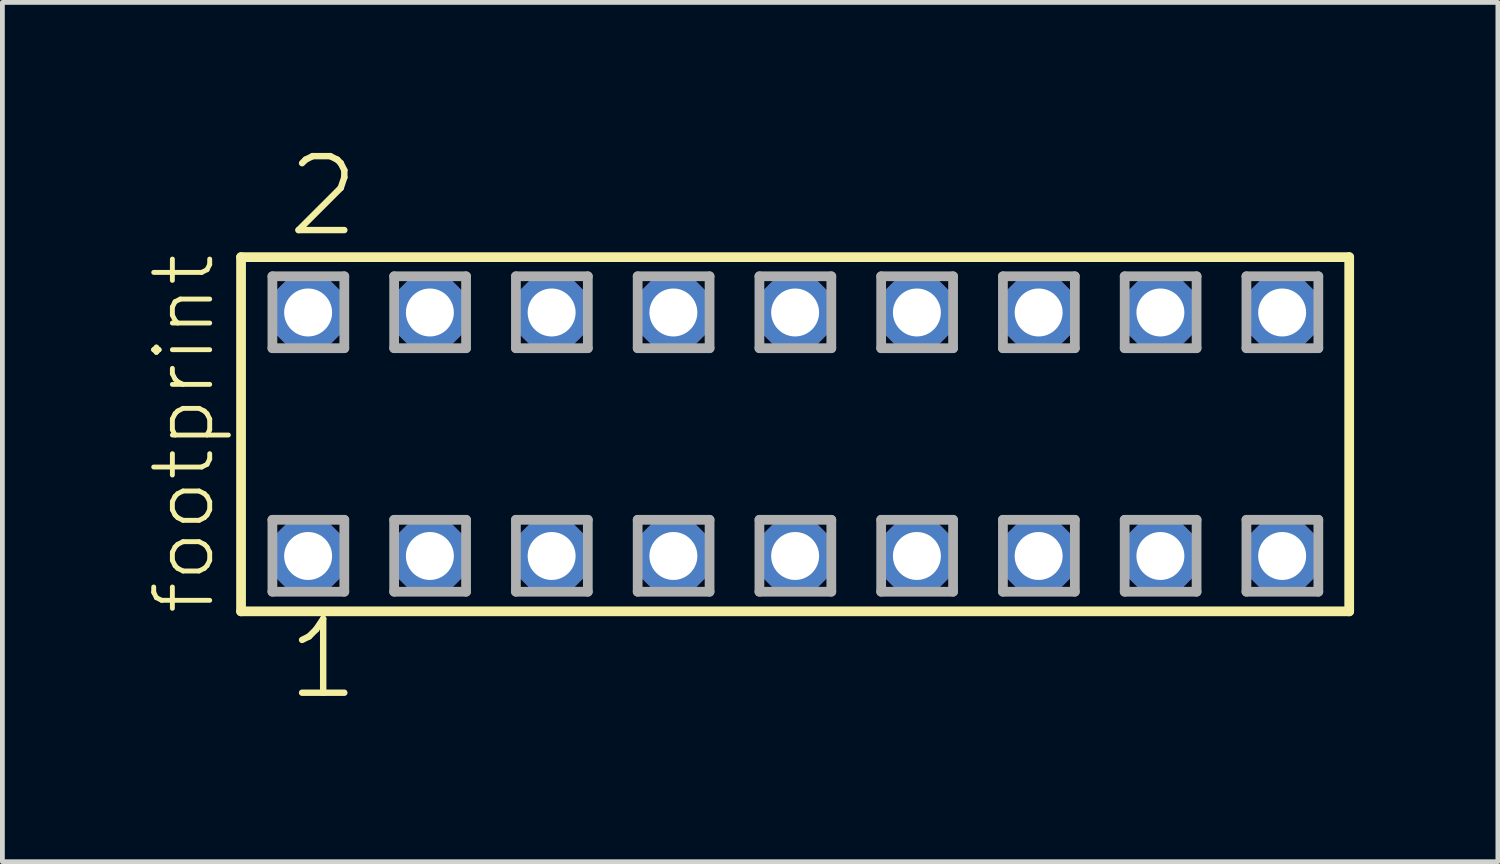
<source format=kicad_pcb>
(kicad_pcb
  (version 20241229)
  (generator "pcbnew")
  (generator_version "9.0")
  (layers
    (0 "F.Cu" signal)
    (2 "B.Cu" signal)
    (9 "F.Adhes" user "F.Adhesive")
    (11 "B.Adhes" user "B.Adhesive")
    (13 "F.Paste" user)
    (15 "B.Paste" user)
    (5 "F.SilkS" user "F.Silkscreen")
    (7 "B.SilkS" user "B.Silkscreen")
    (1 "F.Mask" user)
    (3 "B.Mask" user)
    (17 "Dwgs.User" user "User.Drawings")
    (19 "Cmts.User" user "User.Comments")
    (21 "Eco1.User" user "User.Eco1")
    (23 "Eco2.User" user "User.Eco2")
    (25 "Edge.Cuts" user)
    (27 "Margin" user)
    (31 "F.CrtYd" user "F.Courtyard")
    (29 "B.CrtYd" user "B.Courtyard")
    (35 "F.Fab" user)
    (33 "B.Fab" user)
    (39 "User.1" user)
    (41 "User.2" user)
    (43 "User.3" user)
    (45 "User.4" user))
  (footprint "footprint"
    (layer "F.Cu")
    (at 13.538 6.009)
    (property "Reference" "footprint" (at -12.065 3.81 90) (layer "F.SilkS") (effects (font (size 1.168 1.168) (thickness 0.102)) (justify left bottom)))
    (fp_line (start -11.559 -3.695) (end 11.559 -3.695) (stroke (width 0.203) (type solid)) (layer "F.SilkS"))
    (fp_line (start -11.559 3.695) (end -11.559 -3.695) (stroke (width 0.203) (type solid)) (layer "F.SilkS"))
    (fp_line (start 11.559 -3.695) (end 11.559 3.695) (stroke (width 0.203) (type solid)) (layer "F.SilkS"))
    (fp_line (start 11.559 3.695) (end -11.559 3.695) (stroke (width 0.203) (type solid)) (layer "F.SilkS"))
    (fp_line (start -10.905 -3.295) (end -9.405 -3.295) (stroke (width 0.203) (type solid)) (layer "F.Fab"))
    (fp_line (start -10.905 -1.795) (end -10.905 -3.295) (stroke (width 0.203) (type solid)) (layer "F.Fab"))
    (fp_line (start -10.905 1.785) (end -9.405 1.785) (stroke (width 0.203) (type solid)) (layer "F.Fab"))
    (fp_line (start -10.905 3.285) (end -10.905 1.785) (stroke (width 0.203) (type solid)) (layer "F.Fab"))
    (fp_line (start -9.405 -3.295) (end -9.405 -1.795) (stroke (width 0.203) (type solid)) (layer "F.Fab"))
    (fp_line (start -9.405 -1.795) (end -10.905 -1.795) (stroke (width 0.203) (type solid)) (layer "F.Fab"))
    (fp_line (start -9.405 1.785) (end -9.405 3.285) (stroke (width 0.203) (type solid)) (layer "F.Fab"))
    (fp_line (start -9.405 3.285) (end -10.905 3.285) (stroke (width 0.203) (type solid)) (layer "F.Fab"))
    (fp_line (start -8.365 -3.295) (end -6.865 -3.295) (stroke (width 0.203) (type solid)) (layer "F.Fab"))
    (fp_line (start -8.365 -1.795) (end -8.365 -3.295) (stroke (width 0.203) (type solid)) (layer "F.Fab"))
    (fp_line (start -8.365 1.785) (end -6.865 1.785) (stroke (width 0.203) (type solid)) (layer "F.Fab"))
    (fp_line (start -8.365 3.285) (end -8.365 1.785) (stroke (width 0.203) (type solid)) (layer "F.Fab"))
    (fp_line (start -6.865 -3.295) (end -6.865 -1.795) (stroke (width 0.203) (type solid)) (layer "F.Fab"))
    (fp_line (start -6.865 -1.795) (end -8.365 -1.795) (stroke (width 0.203) (type solid)) (layer "F.Fab"))
    (fp_line (start -6.865 1.785) (end -6.865 3.285) (stroke (width 0.203) (type solid)) (layer "F.Fab"))
    (fp_line (start -6.865 3.285) (end -8.365 3.285) (stroke (width 0.203) (type solid)) (layer "F.Fab"))
    (fp_line (start -5.825 -3.295) (end -4.325 -3.295) (stroke (width 0.203) (type solid)) (layer "F.Fab"))
    (fp_line (start -5.825 -1.795) (end -5.825 -3.295) (stroke (width 0.203) (type solid)) (layer "F.Fab"))
    (fp_line (start -5.825 1.785) (end -4.325 1.785) (stroke (width 0.203) (type solid)) (layer "F.Fab"))
    (fp_line (start -5.825 3.285) (end -5.825 1.785) (stroke (width 0.203) (type solid)) (layer "F.Fab"))
    (fp_line (start -4.325 -3.295) (end -4.325 -1.795) (stroke (width 0.203) (type solid)) (layer "F.Fab"))
    (fp_line (start -4.325 -1.795) (end -5.825 -1.795) (stroke (width 0.203) (type solid)) (layer "F.Fab"))
    (fp_line (start -4.325 1.785) (end -4.325 3.285) (stroke (width 0.203) (type solid)) (layer "F.Fab"))
    (fp_line (start -4.325 3.285) (end -5.825 3.285) (stroke (width 0.203) (type solid)) (layer "F.Fab"))
    (fp_line (start -3.285 -3.295) (end -1.785 -3.295) (stroke (width 0.203) (type solid)) (layer "F.Fab"))
    (fp_line (start -3.285 -1.795) (end -3.285 -3.295) (stroke (width 0.203) (type solid)) (layer "F.Fab"))
    (fp_line (start -3.285 1.785) (end -1.785 1.785) (stroke (width 0.203) (type solid)) (layer "F.Fab"))
    (fp_line (start -3.285 3.285) (end -3.285 1.785) (stroke (width 0.203) (type solid)) (layer "F.Fab"))
    (fp_line (start -1.785 -3.295) (end -1.785 -1.795) (stroke (width 0.203) (type solid)) (layer "F.Fab"))
    (fp_line (start -1.785 -1.795) (end -3.285 -1.795) (stroke (width 0.203) (type solid)) (layer "F.Fab"))
    (fp_line (start -1.785 1.785) (end -1.785 3.285) (stroke (width 0.203) (type solid)) (layer "F.Fab"))
    (fp_line (start -1.785 3.285) (end -3.285 3.285) (stroke (width 0.203) (type solid)) (layer "F.Fab"))
    (fp_line (start -0.745 -3.295) (end 0.755 -3.295) (stroke (width 0.203) (type solid)) (layer "F.Fab"))
    (fp_line (start -0.745 -1.795) (end -0.745 -3.295) (stroke (width 0.203) (type solid)) (layer "F.Fab"))
    (fp_line (start -0.745 1.785) (end 0.755 1.785) (stroke (width 0.203) (type solid)) (layer "F.Fab"))
    (fp_line (start -0.745 3.285) (end -0.745 1.785) (stroke (width 0.203) (type solid)) (layer "F.Fab"))
    (fp_line (start 0.755 -3.295) (end 0.755 -1.795) (stroke (width 0.203) (type solid)) (layer "F.Fab"))
    (fp_line (start 0.755 -1.795) (end -0.745 -1.795) (stroke (width 0.203) (type solid)) (layer "F.Fab"))
    (fp_line (start 0.755 1.785) (end 0.755 3.285) (stroke (width 0.203) (type solid)) (layer "F.Fab"))
    (fp_line (start 0.755 3.285) (end -0.745 3.285) (stroke (width 0.203) (type solid)) (layer "F.Fab"))
    (fp_line (start 1.795 -3.295) (end 3.295 -3.295) (stroke (width 0.203) (type solid)) (layer "F.Fab"))
    (fp_line (start 1.795 -1.795) (end 1.795 -3.295) (stroke (width 0.203) (type solid)) (layer "F.Fab"))
    (fp_line (start 1.795 1.785) (end 3.295 1.785) (stroke (width 0.203) (type solid)) (layer "F.Fab"))
    (fp_line (start 1.795 3.285) (end 1.795 1.785) (stroke (width 0.203) (type solid)) (layer "F.Fab"))
    (fp_line (start 3.295 -3.295) (end 3.295 -1.795) (stroke (width 0.203) (type solid)) (layer "F.Fab"))
    (fp_line (start 3.295 -1.795) (end 1.795 -1.795) (stroke (width 0.203) (type solid)) (layer "F.Fab"))
    (fp_line (start 3.295 1.785) (end 3.295 3.285) (stroke (width 0.203) (type solid)) (layer "F.Fab"))
    (fp_line (start 3.295 3.285) (end 1.795 3.285) (stroke (width 0.203) (type solid)) (layer "F.Fab"))
    (fp_line (start 4.335 -3.295) (end 5.835 -3.295) (stroke (width 0.203) (type solid)) (layer "F.Fab"))
    (fp_line (start 4.335 -1.795) (end 4.335 -3.295) (stroke (width 0.203) (type solid)) (layer "F.Fab"))
    (fp_line (start 4.335 1.785) (end 5.835 1.785) (stroke (width 0.203) (type solid)) (layer "F.Fab"))
    (fp_line (start 4.335 3.285) (end 4.335 1.785) (stroke (width 0.203) (type solid)) (layer "F.Fab"))
    (fp_line (start 5.835 -3.295) (end 5.835 -1.795) (stroke (width 0.203) (type solid)) (layer "F.Fab"))
    (fp_line (start 5.835 -1.795) (end 4.335 -1.795) (stroke (width 0.203) (type solid)) (layer "F.Fab"))
    (fp_line (start 5.835 1.785) (end 5.835 3.285) (stroke (width 0.203) (type solid)) (layer "F.Fab"))
    (fp_line (start 5.835 3.285) (end 4.335 3.285) (stroke (width 0.203) (type solid)) (layer "F.Fab"))
    (fp_line (start 6.875 -3.295) (end 8.375 -3.295) (stroke (width 0.203) (type solid)) (layer "F.Fab"))
    (fp_line (start 6.875 -1.795) (end 6.875 -3.295) (stroke (width 0.203) (type solid)) (layer "F.Fab"))
    (fp_line (start 6.875 1.785) (end 8.375 1.785) (stroke (width 0.203) (type solid)) (layer "F.Fab"))
    (fp_line (start 6.875 3.285) (end 6.875 1.785) (stroke (width 0.203) (type solid)) (layer "F.Fab"))
    (fp_line (start 8.375 -3.295) (end 8.375 -1.795) (stroke (width 0.203) (type solid)) (layer "F.Fab"))
    (fp_line (start 8.375 -1.795) (end 6.875 -1.795) (stroke (width 0.203) (type solid)) (layer "F.Fab"))
    (fp_line (start 8.375 1.785) (end 8.375 3.285) (stroke (width 0.203) (type solid)) (layer "F.Fab"))
    (fp_line (start 8.375 3.285) (end 6.875 3.285) (stroke (width 0.203) (type solid)) (layer "F.Fab"))
    (fp_line (start 9.415 -3.295) (end 10.915 -3.295) (stroke (width 0.203) (type solid)) (layer "F.Fab"))
    (fp_line (start 9.415 -1.795) (end 9.415 -3.295) (stroke (width 0.203) (type solid)) (layer "F.Fab"))
    (fp_line (start 9.415 1.785) (end 10.915 1.785) (stroke (width 0.203) (type solid)) (layer "F.Fab"))
    (fp_line (start 9.415 3.285) (end 9.415 1.785) (stroke (width 0.203) (type solid)) (layer "F.Fab"))
    (fp_line (start 10.915 -3.295) (end 10.915 -1.795) (stroke (width 0.203) (type solid)) (layer "F.Fab"))
    (fp_line (start 10.915 -1.795) (end 9.415 -1.795) (stroke (width 0.203) (type solid)) (layer "F.Fab"))
    (fp_line (start 10.915 1.785) (end 10.915 3.285) (stroke (width 0.203) (type solid)) (layer "F.Fab"))
    (fp_line (start 10.915 3.285) (end 9.415 3.285) (stroke (width 0.203) (type solid)) (layer "F.Fab"))
    (fp_text user "2" (at -10.668 -4.064 0) (layer "F.SilkS") (effects (font (size 1.542 1.542) (thickness 0.134)) (justify left bottom)))
    (fp_text user "1" (at -10.668 5.588 0) (layer "F.SilkS") (effects (font (size 1.542 1.542) (thickness 0.134)) (justify left bottom)))
    (pad "1" thru_hole roundrect (at -10.16 2.54) (size 1.5 1.5) (drill 1) (layers "*.Cu" "*.Mask") (roundrect_rratio 0.25) (chamfer_ratio 0.25) (chamfer top_left top_right bottom_left bottom_right))
    (pad "2" thru_hole roundrect (at -10.16 -2.54) (size 1.5 1.5) (drill 1) (layers "*.Cu" "*.Mask") (roundrect_rratio 0.25) (chamfer_ratio 0.25) (chamfer top_left top_right bottom_left bottom_right))
    (pad "3" thru_hole roundrect (at -7.62 2.54) (size 1.5 1.5) (drill 1) (layers "*.Cu" "*.Mask") (roundrect_rratio 0.25) (chamfer_ratio 0.25) (chamfer top_left top_right bottom_left bottom_right))
    (pad "4" thru_hole roundrect (at -7.62 -2.54) (size 1.5 1.5) (drill 1) (layers "*.Cu" "*.Mask") (roundrect_rratio 0.25) (chamfer_ratio 0.25) (chamfer top_left top_right bottom_left bottom_right))
    (pad "5" thru_hole roundrect (at -5.08 2.54) (size 1.5 1.5) (drill 1) (layers "*.Cu" "*.Mask") (roundrect_rratio 0.25) (chamfer_ratio 0.25) (chamfer top_left top_right bottom_left bottom_right))
    (pad "6" thru_hole roundrect (at -5.08 -2.54) (size 1.5 1.5) (drill 1) (layers "*.Cu" "*.Mask") (roundrect_rratio 0.25) (chamfer_ratio 0.25) (chamfer top_left top_right bottom_left bottom_right))
    (pad "7" thru_hole roundrect (at -2.54 2.54) (size 1.5 1.5) (drill 1) (layers "*.Cu" "*.Mask") (roundrect_rratio 0.25) (chamfer_ratio 0.25) (chamfer top_left top_right bottom_left bottom_right))
    (pad "8" thru_hole roundrect (at -2.54 -2.54) (size 1.5 1.5) (drill 1) (layers "*.Cu" "*.Mask") (roundrect_rratio 0.25) (chamfer_ratio 0.25) (chamfer top_left top_right bottom_left bottom_right))
    (pad "9" thru_hole roundrect (at 0 2.54) (size 1.5 1.5) (drill 1) (layers "*.Cu" "*.Mask") (roundrect_rratio 0.25) (chamfer_ratio 0.25) (chamfer top_left top_right bottom_left bottom_right))
    (pad "10" thru_hole roundrect (at 0 -2.54) (size 1.5 1.5) (drill 1) (layers "*.Cu" "*.Mask") (roundrect_rratio 0.25) (chamfer_ratio 0.25) (chamfer top_left top_right bottom_left bottom_right))
    (pad "11" thru_hole roundrect (at 2.54 2.54) (size 1.5 1.5) (drill 1) (layers "*.Cu" "*.Mask") (roundrect_rratio 0.25) (chamfer_ratio 0.25) (chamfer top_left top_right bottom_left bottom_right))
    (pad "12" thru_hole roundrect (at 2.54 -2.54) (size 1.5 1.5) (drill 1) (layers "*.Cu" "*.Mask") (roundrect_rratio 0.25) (chamfer_ratio 0.25) (chamfer top_left top_right bottom_left bottom_right))
    (pad "13" thru_hole roundrect (at 5.08 2.54) (size 1.5 1.5) (drill 1) (layers "*.Cu" "*.Mask") (roundrect_rratio 0.25) (chamfer_ratio 0.25) (chamfer top_left top_right bottom_left bottom_right))
    (pad "14" thru_hole roundrect (at 5.08 -2.54) (size 1.5 1.5) (drill 1) (layers "*.Cu" "*.Mask") (roundrect_rratio 0.25) (chamfer_ratio 0.25) (chamfer top_left top_right bottom_left bottom_right))
    (pad "15" thru_hole roundrect (at 7.62 2.54) (size 1.5 1.5) (drill 1) (layers "*.Cu" "*.Mask") (roundrect_rratio 0.25) (chamfer_ratio 0.25) (chamfer top_left top_right bottom_left bottom_right))
    (pad "16" thru_hole roundrect (at 7.62 -2.54) (size 1.5 1.5) (drill 1) (layers "*.Cu" "*.Mask") (roundrect_rratio 0.25) (chamfer_ratio 0.25) (chamfer top_left top_right bottom_left bottom_right))
    (pad "17" thru_hole roundrect (at 10.16 2.54) (size 1.5 1.5) (drill 1) (layers "*.Cu" "*.Mask") (roundrect_rratio 0.25) (chamfer_ratio 0.25) (chamfer top_left top_right bottom_left bottom_right))
    (pad "18" thru_hole roundrect (at 10.16 -2.54) (size 1.5 1.5) (drill 1) (layers "*.Cu" "*.Mask") (roundrect_rratio 0.25) (chamfer_ratio 0.25) (chamfer top_left top_right bottom_left bottom_right)))
  (gr_rect
    (start -3 -3)
    (end 28.199 14.927)
    (stroke (width 0.1) (type default))
    (fill no)
    (layer "Edge.Cuts")))
</source>
